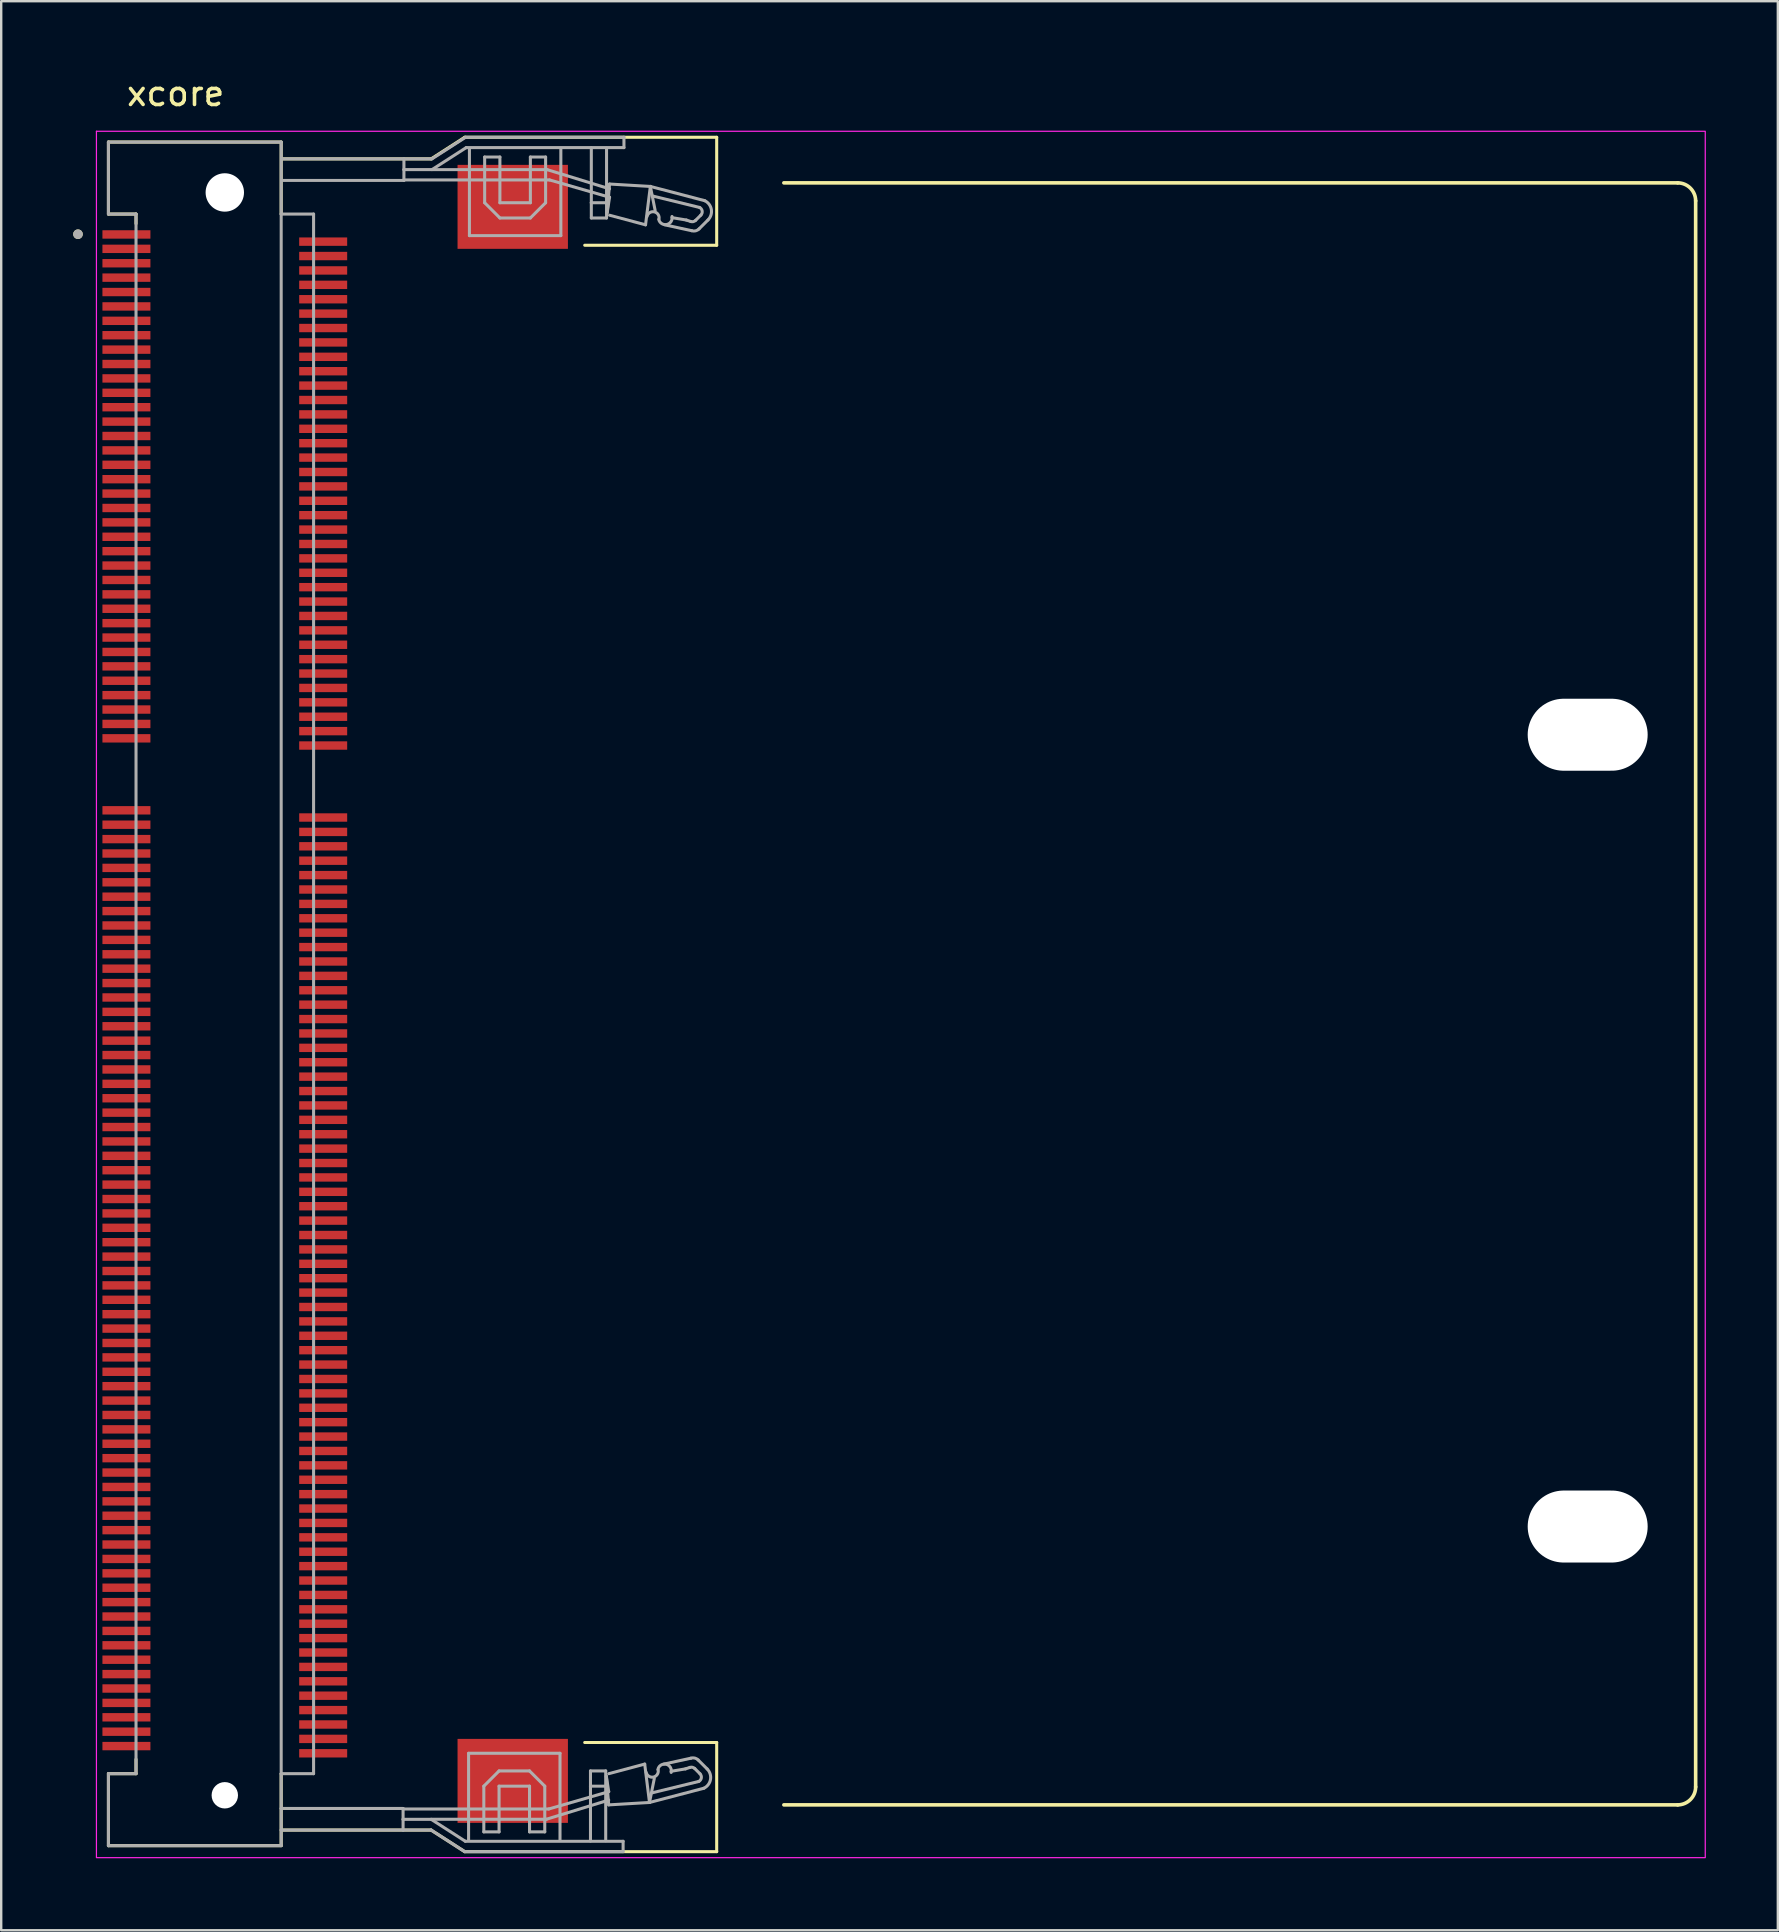
<source format=kicad_pcb>
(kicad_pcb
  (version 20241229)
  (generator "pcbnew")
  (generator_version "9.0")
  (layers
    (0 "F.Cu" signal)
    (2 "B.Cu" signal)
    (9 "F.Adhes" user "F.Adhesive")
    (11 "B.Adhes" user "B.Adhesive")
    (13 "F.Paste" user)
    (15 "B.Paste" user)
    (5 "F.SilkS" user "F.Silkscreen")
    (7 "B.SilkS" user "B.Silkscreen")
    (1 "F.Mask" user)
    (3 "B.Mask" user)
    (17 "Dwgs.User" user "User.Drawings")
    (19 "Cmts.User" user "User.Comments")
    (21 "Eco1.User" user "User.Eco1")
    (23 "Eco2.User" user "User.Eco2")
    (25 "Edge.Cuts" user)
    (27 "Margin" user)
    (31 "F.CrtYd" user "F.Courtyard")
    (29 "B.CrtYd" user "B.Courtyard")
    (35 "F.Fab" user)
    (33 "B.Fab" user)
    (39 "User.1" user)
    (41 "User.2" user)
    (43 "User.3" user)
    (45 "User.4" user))
  (footprint "xcore"
    (layer "F.Cu")
    (at 6.319 38.371)
    (property "Reference" "xcore" (at -2.049 -37.523 0) (layer "F.SilkS") (effects (font (size 1 1) (thickness 0.15))))
    (attr smd)
    (fp_line (start -4.85 -35.5) (end -4.85 -32.5) (stroke (width 0.127) (type solid)) (layer "F.SilkS"))
    (fp_line (start -4.85 -32.5) (end -3.7 -32.5) (stroke (width 0.127) (type solid)) (layer "F.SilkS"))
    (fp_line (start -4.85 32.5) (end -4.85 35.5) (stroke (width 0.127) (type solid)) (layer "F.SilkS"))
    (fp_line (start -4.85 35.5) (end 2.35 35.5) (stroke (width 0.127) (type solid)) (layer "F.SilkS"))
    (fp_line (start -3.7 -32.5) (end -3.7 -32.1) (stroke (width 0.127) (type solid)) (layer "F.SilkS"))
    (fp_line (start -3.7 31.9) (end -3.7 32.5) (stroke (width 0.127) (type solid)) (layer "F.SilkS"))
    (fp_line (start -3.7 32.5) (end -4.85 32.5) (stroke (width 0.127) (type solid)) (layer "F.SilkS"))
    (fp_line (start 2.35 -35.5) (end -4.85 -35.5) (stroke (width 0.127) (type solid)) (layer "F.SilkS"))
    (fp_line (start 2.35 -32.5) (end 2.35 -35.5) (stroke (width 0.127) (type solid)) (layer "F.SilkS"))
    (fp_line (start 2.35 35.5) (end 2.35 32.5) (stroke (width 0.127) (type solid)) (layer "F.SilkS"))
    (fp_line (start 2.4 -34.8) (end 8.6 -34.8) (stroke (width 0.127) (type solid)) (layer "F.SilkS"))
    (fp_line (start 2.4 34.85) (end 8.6 34.85) (stroke (width 0.127) (type solid)) (layer "F.SilkS"))
    (fp_line (start 8.6 -34.8) (end 10 -35.7) (stroke (width 0.127) (type solid)) (layer "F.SilkS"))
    (fp_line (start 8.6 34.85) (end 10 35.75) (stroke (width 0.127) (type solid)) (layer "F.SilkS"))
    (fp_line (start 10 -35.7) (end 20.5 -35.7) (stroke (width 0.127) (type solid)) (layer "F.SilkS"))
    (fp_line (start 10 35.75) (end 20.5 35.75) (stroke (width 0.127) (type solid)) (layer "F.SilkS"))
    (fp_line (start 20.5 -35.7) (end 20.5 -31.2) (stroke (width 0.127) (type solid)) (layer "F.SilkS"))
    (fp_line (start 20.5 -31.2) (end 15 -31.2) (stroke (width 0.127) (type solid)) (layer "F.SilkS"))
    (fp_line (start 20.5 31.2) (end 15 31.2) (stroke (width 0.127) (type solid)) (layer "F.SilkS"))
    (fp_line (start 20.5 35.75) (end 20.5 31.2) (stroke (width 0.127) (type solid)) (layer "F.SilkS"))
    (fp_line (start 23.3 33.8) (end 60.55 33.8) (stroke (width 0.15) (type solid)) (layer "F.SilkS"))
    (fp_line (start 60.55 -33.8) (end 23.3 -33.8) (stroke (width 0.15) (type solid)) (layer "F.SilkS"))
    (fp_line (start 61.3 33.05) (end 61.3 -33.05) (stroke (width 0.15) (type solid)) (layer "F.SilkS"))
    (fp_arc (start 60.55 -33.8) (mid 61.079867 -33.580793) (end 61.299999 -33.051309) (stroke (width 0.15) (type solid)) (layer "F.SilkS"))
    (fp_arc (start 61.3 33.05) (mid 61.08033 33.58033) (end 60.55 33.8) (stroke (width 0.15) (type solid)) (layer "F.SilkS"))
    (fp_circle (center -6.119 -31.66) (end -6.019 -31.66) (stroke (width 0.2) (type solid)) (fill no) (layer "F.SilkS"))
    (fp_line (start -5.35 -35.95) (end -5.35 -35.951) (stroke (width 0.05) (type solid)) (layer "F.CrtYd"))
    (fp_rect (start -5.35 -35.951) (end 61.7 36) (stroke (width 0.05) (type default)) (fill no) (layer "F.CrtYd"))
    (fp_line (start -4.85 -35.5) (end -4.85 -32.5) (stroke (width 0.127) (type solid)) (layer "F.Fab"))
    (fp_line (start -4.85 -32.5) (end -3.7 -32.5) (stroke (width 0.127) (type solid)) (layer "F.Fab"))
    (fp_line (start -4.85 32.5) (end -4.85 35.5) (stroke (width 0.127) (type solid)) (layer "F.Fab"))
    (fp_line (start -4.85 35.5) (end 2.35 35.5) (stroke (width 0.127) (type solid)) (layer "F.Fab"))
    (fp_line (start -3.7 -32.5) (end -3.7 32.5) (stroke (width 0.127) (type solid)) (layer "F.Fab"))
    (fp_line (start -3.7 32.5) (end -4.85 32.5) (stroke (width 0.127) (type solid)) (layer "F.Fab"))
    (fp_line (start 2.35 -35.5) (end -4.85 -35.5) (stroke (width 0.127) (type solid)) (layer "F.Fab"))
    (fp_line (start 2.35 -32.5) (end 2.35 -35.5) (stroke (width 0.127) (type solid)) (layer "F.Fab"))
    (fp_line (start 2.35 -32.5) (end 3.7 -32.5) (stroke (width 0.127) (type solid)) (layer "F.Fab"))
    (fp_line (start 2.35 32.5) (end 2.35 -32.5) (stroke (width 0.127) (type solid)) (layer "F.Fab"))
    (fp_line (start 2.35 33.95) (end 2.35 32.5) (stroke (width 0.127) (type solid)) (layer "F.Fab"))
    (fp_line (start 2.35 33.95) (end 7.43 33.95) (stroke (width 0.127) (type solid)) (layer "F.Fab"))
    (fp_line (start 2.35 34.85) (end 2.35 33.95) (stroke (width 0.127) (type solid)) (layer "F.Fab"))
    (fp_line (start 2.35 34.85) (end 7.43 34.85) (stroke (width 0.127) (type solid)) (layer "F.Fab"))
    (fp_line (start 2.35 35.5) (end 2.35 34.85) (stroke (width 0.127) (type solid)) (layer "F.Fab"))
    (fp_line (start 2.385 -34.801) (end 7.465 -34.801) (stroke (width 0.127) (type solid)) (layer "F.Fab"))
    (fp_line (start 2.385 -33.901) (end 7.465 -33.901) (stroke (width 0.127) (type solid)) (layer "F.Fab"))
    (fp_line (start 3.7 -32.5) (end 3.7 32.5) (stroke (width 0.127) (type solid)) (layer "F.Fab"))
    (fp_line (start 3.7 32.5) (end 2.35 32.5) (stroke (width 0.127) (type solid)) (layer "F.Fab"))
    (fp_line (start 7.42 33.971) (end 13.5 33.971) (stroke (width 0.127) (type solid)) (layer "F.Fab"))
    (fp_line (start 7.43 34.402) (end 7.43 33.95) (stroke (width 0.127) (type solid)) (layer "F.Fab"))
    (fp_line (start 7.43 34.402) (end 8.6 34.402) (stroke (width 0.127) (type solid)) (layer "F.Fab"))
    (fp_line (start 7.43 34.85) (end 7.43 34.402) (stroke (width 0.127) (type solid)) (layer "F.Fab"))
    (fp_line (start 7.43 34.85) (end 8.6 34.85) (stroke (width 0.127) (type solid)) (layer "F.Fab"))
    (fp_line (start 7.455 -33.922) (end 13.535 -33.922) (stroke (width 0.127) (type solid)) (layer "F.Fab"))
    (fp_line (start 7.465 -34.801) (end 7.465 -34.353) (stroke (width 0.127) (type solid)) (layer "F.Fab"))
    (fp_line (start 7.465 -34.801) (end 8.635 -34.801) (stroke (width 0.127) (type solid)) (layer "F.Fab"))
    (fp_line (start 7.465 -34.353) (end 7.465 -33.901) (stroke (width 0.127) (type solid)) (layer "F.Fab"))
    (fp_line (start 7.465 -34.353) (end 8.635 -34.353) (stroke (width 0.127) (type solid)) (layer "F.Fab"))
    (fp_line (start 8.6 34.4) (end 13.4 34.4) (stroke (width 0.127) (type solid)) (layer "F.Fab"))
    (fp_line (start 8.6 34.85) (end 10 35.75) (stroke (width 0.127) (type solid)) (layer "F.Fab"))
    (fp_line (start 8.625 34.418) (end 10.025 35.318) (stroke (width 0.127) (type solid)) (layer "F.Fab"))
    (fp_line (start 8.635 -34.801) (end 10.035 -35.701) (stroke (width 0.127) (type solid)) (layer "F.Fab"))
    (fp_line (start 8.635 -34.351) (end 13.435 -34.351) (stroke (width 0.127) (type solid)) (layer "F.Fab"))
    (fp_line (start 8.66 -34.369) (end 10.06 -35.269) (stroke (width 0.127) (type solid)) (layer "F.Fab"))
    (fp_line (start 10 35.75) (end 16.6 35.75) (stroke (width 0.127) (type solid)) (layer "F.Fab"))
    (fp_line (start 10.025 35.318) (end 16.6 35.318) (stroke (width 0.127) (type solid)) (layer "F.Fab"))
    (fp_line (start 10.035 -35.701) (end 16.635 -35.701) (stroke (width 0.127) (type solid)) (layer "F.Fab"))
    (fp_line (start 10.06 -35.269) (end 16.635 -35.269) (stroke (width 0.127) (type solid)) (layer "F.Fab"))
    (fp_line (start 10.16 31.65) (end 13.97 31.65) (stroke (width 0.127) (type solid)) (layer "F.Fab"))
    (fp_line (start 10.16 35.267) (end 10.16 31.65) (stroke (width 0.127) (type solid)) (layer "F.Fab"))
    (fp_line (start 10.195 -35.218) (end 10.195 -31.601) (stroke (width 0.127) (type solid)) (layer "F.Fab"))
    (fp_line (start 10.195 -31.601) (end 14.005 -31.601) (stroke (width 0.127) (type solid)) (layer "F.Fab"))
    (fp_line (start 10.795 33.02) (end 11.43 32.385) (stroke (width 0.127) (type solid)) (layer "F.Fab"))
    (fp_line (start 10.795 34.925) (end 10.795 33.02) (stroke (width 0.127) (type solid)) (layer "F.Fab"))
    (fp_line (start 10.83 -34.876) (end 10.83 -32.971) (stroke (width 0.127) (type solid)) (layer "F.Fab"))
    (fp_line (start 10.83 -32.971) (end 11.465 -32.336) (stroke (width 0.127) (type solid)) (layer "F.Fab"))
    (fp_line (start 11.43 32.385) (end 12.7 32.385) (stroke (width 0.127) (type solid)) (layer "F.Fab"))
    (fp_line (start 11.43 33.02) (end 11.43 34.925) (stroke (width 0.127) (type solid)) (layer "F.Fab"))
    (fp_line (start 11.43 34.925) (end 10.795 34.925) (stroke (width 0.127) (type solid)) (layer "F.Fab"))
    (fp_line (start 11.465 -34.876) (end 10.83 -34.876) (stroke (width 0.127) (type solid)) (layer "F.Fab"))
    (fp_line (start 11.465 -32.971) (end 11.465 -34.876) (stroke (width 0.127) (type solid)) (layer "F.Fab"))
    (fp_line (start 11.465 -32.336) (end 12.735 -32.336) (stroke (width 0.127) (type solid)) (layer "F.Fab"))
    (fp_line (start 12.7 32.385) (end 13.335 33.02) (stroke (width 0.127) (type solid)) (layer "F.Fab"))
    (fp_line (start 12.7 33.02) (end 11.43 33.02) (stroke (width 0.127) (type solid)) (layer "F.Fab"))
    (fp_line (start 12.7 34.925) (end 12.7 33.02) (stroke (width 0.127) (type solid)) (layer "F.Fab"))
    (fp_line (start 12.735 -34.876) (end 12.735 -32.971) (stroke (width 0.127) (type solid)) (layer "F.Fab"))
    (fp_line (start 12.735 -32.971) (end 11.465 -32.971) (stroke (width 0.127) (type solid)) (layer "F.Fab"))
    (fp_line (start 12.735 -32.336) (end 13.37 -32.971) (stroke (width 0.127) (type solid)) (layer "F.Fab"))
    (fp_line (start 13.335 33.02) (end 13.335 34.925) (stroke (width 0.127) (type solid)) (layer "F.Fab"))
    (fp_line (start 13.335 34.925) (end 12.7 34.925) (stroke (width 0.127) (type solid)) (layer "F.Fab"))
    (fp_line (start 13.37 -34.876) (end 12.735 -34.876) (stroke (width 0.127) (type solid)) (layer "F.Fab"))
    (fp_line (start 13.37 -32.971) (end 13.37 -34.876) (stroke (width 0.127) (type solid)) (layer "F.Fab"))
    (fp_line (start 13.4 34.4) (end 16 33.6) (stroke (width 0.127) (type solid)) (layer "F.Fab"))
    (fp_line (start 13.435 -34.351) (end 16.035 -33.551) (stroke (width 0.127) (type solid)) (layer "F.Fab"))
    (fp_line (start 13.5 33.971) (end 16 33.25) (stroke (width 0.127) (type solid)) (layer "F.Fab"))
    (fp_line (start 13.535 -33.922) (end 16.035 -33.201) (stroke (width 0.127) (type solid)) (layer "F.Fab"))
    (fp_line (start 13.97 31.65) (end 13.97 35.255) (stroke (width 0.127) (type solid)) (layer "F.Fab"))
    (fp_line (start 14.005 -31.601) (end 14.005 -35.206) (stroke (width 0.127) (type solid)) (layer "F.Fab"))
    (fp_line (start 15.24 32.385) (end 15.875 32.385) (stroke (width 0.127) (type solid)) (layer "F.Fab"))
    (fp_line (start 15.24 33.02) (end 15.24 32.385) (stroke (width 0.127) (type solid)) (layer "F.Fab"))
    (fp_line (start 15.24 33.02) (end 15.875 33.02) (stroke (width 0.127) (type solid)) (layer "F.Fab"))
    (fp_line (start 15.24 35.306) (end 15.24 33.02) (stroke (width 0.127) (type solid)) (layer "F.Fab"))
    (fp_line (start 15.275 -35.257) (end 15.275 -32.971) (stroke (width 0.127) (type solid)) (layer "F.Fab"))
    (fp_line (start 15.275 -32.971) (end 15.275 -32.336) (stroke (width 0.127) (type solid)) (layer "F.Fab"))
    (fp_line (start 15.275 -32.971) (end 15.91 -32.971) (stroke (width 0.127) (type solid)) (layer "F.Fab"))
    (fp_line (start 15.275 -32.336) (end 15.91 -32.336) (stroke (width 0.127) (type solid)) (layer "F.Fab"))
    (fp_line (start 15.875 32.385) (end 15.875 33.02) (stroke (width 0.127) (type solid)) (layer "F.Fab"))
    (fp_line (start 15.875 33.02) (end 15.875 35.293) (stroke (width 0.127) (type solid)) (layer "F.Fab"))
    (fp_line (start 15.9 32.6) (end 16 33.8) (stroke (width 0.127) (type solid)) (layer "F.Fab"))
    (fp_line (start 15.91 -32.971) (end 15.91 -35.244) (stroke (width 0.127) (type solid)) (layer "F.Fab"))
    (fp_line (start 15.91 -32.336) (end 15.91 -32.971) (stroke (width 0.127) (type solid)) (layer "F.Fab"))
    (fp_line (start 15.935 -32.551) (end 16.035 -33.751) (stroke (width 0.127) (type solid)) (layer "F.Fab"))
    (fp_line (start 16 33.25) (end 15.9 32.6) (stroke (width 0.127) (type solid)) (layer "F.Fab"))
    (fp_line (start 16 33.8) (end 17.7 33.7) (stroke (width 0.127) (type solid)) (layer "F.Fab"))
    (fp_line (start 16.035 -33.751) (end 17.735 -33.651) (stroke (width 0.127) (type solid)) (layer "F.Fab"))
    (fp_line (start 16.035 -33.201) (end 15.935 -32.551) (stroke (width 0.127) (type solid)) (layer "F.Fab"))
    (fp_line (start 16.6 35.318) (end 16.6 35.75) (stroke (width 0.127) (type solid)) (layer "F.Fab"))
    (fp_line (start 16.635 -35.269) (end 16.635 -35.701) (stroke (width 0.127) (type solid)) (layer "F.Fab"))
    (fp_line (start 17.5 32.1) (end 16 32.5) (stroke (width 0.127) (type solid)) (layer "F.Fab"))
    (fp_line (start 17.535 -32.051) (end 16.035 -32.451) (stroke (width 0.127) (type solid)) (layer "F.Fab"))
    (fp_line (start 17.7 33.7) (end 17.5 32.1) (stroke (width 0.127) (type solid)) (layer "F.Fab"))
    (fp_line (start 17.7 33.7) (end 17.9 32.7) (stroke (width 0.127) (type solid)) (layer "F.Fab"))
    (fp_line (start 17.7 33.7) (end 19.967 33.106) (stroke (width 0.127) (type solid)) (layer "F.Fab"))
    (fp_line (start 17.735 -33.651) (end 17.535 -32.051) (stroke (width 0.127) (type solid)) (layer "F.Fab"))
    (fp_line (start 17.735 -33.651) (end 17.935 -32.651) (stroke (width 0.127) (type solid)) (layer "F.Fab"))
    (fp_line (start 17.735 -33.651) (end 20.002 -33.057) (stroke (width 0.127) (type solid)) (layer "F.Fab"))
    (fp_line (start 17.8 33.3) (end 19.752 32.824) (stroke (width 0.127) (type solid)) (layer "F.Fab"))
    (fp_line (start 17.835 -33.251) (end 19.787 -32.775) (stroke (width 0.127) (type solid)) (layer "F.Fab"))
    (fp_line (start 18.6 32.4) (end 19.2 32.3) (stroke (width 0.127) (type solid)) (layer "F.Fab"))
    (fp_line (start 18.635 -32.351) (end 19.235 -32.251) (stroke (width 0.127) (type solid)) (layer "F.Fab"))
    (fp_line (start 19.383 32.239) (end 19.2 32.3) (stroke (width 0.127) (type solid)) (layer "F.Fab"))
    (fp_line (start 19.418 -32.19) (end 19.235 -32.251) (stroke (width 0.127) (type solid)) (layer "F.Fab"))
    (fp_line (start 19.427 31.854) (end 18.3 32.1) (stroke (width 0.127) (type solid)) (layer "F.Fab"))
    (fp_line (start 19.462 -31.805) (end 18.335 -32.051) (stroke (width 0.127) (type solid)) (layer "F.Fab"))
    (fp_line (start 19.804 32.504) (end 19.587 32.287) (stroke (width 0.127) (type solid)) (layer "F.Fab"))
    (fp_line (start 19.839 -32.455) (end 19.622 -32.238) (stroke (width 0.127) (type solid)) (layer "F.Fab"))
    (fp_line (start 20.103 32.303) (end 19.728 31.928) (stroke (width 0.127) (type solid)) (layer "F.Fab"))
    (fp_line (start 20.138 -32.254) (end 19.763 -31.879) (stroke (width 0.127) (type solid)) (layer "F.Fab"))
    (fp_arc (start 17.5966 -32.3972) (mid 17.8966 -32.5972) (end 18.0966 -32.2972) (stroke (width 0.127) (type solid)) (layer "F.Fab"))
    (fp_arc (start 18.0492 32.3254) (mid 18.3873 32.1095) (end 18.6032 32.4476) (stroke (width 0.127) (type solid)) (layer "F.Fab"))
    (fp_arc (start 18.0616 32.3462) (mid 17.8616 32.6462) (end 17.5616 32.4462) (stroke (width 0.127) (type solid)) (layer "F.Fab"))
    (fp_arc (start 18.6382 -32.3986) (mid 18.4223 -32.0605) (end 18.0842 -32.2764) (stroke (width 0.127) (type solid)) (layer "F.Fab"))
    (fp_arc (start 19.3827 32.2391) (mid 19.49191 32.234175) (end 19.5874 32.2874) (stroke (width 0.127) (type solid)) (layer "F.Fab"))
    (fp_arc (start 19.4267 31.8541) (mid 19.587915 31.849164) (end 19.7284 31.9284) (stroke (width 0.127) (type solid)) (layer "F.Fab"))
    (fp_arc (start 19.6224 -32.2384) (mid 19.52691 -32.185175) (end 19.4177 -32.1901) (stroke (width 0.127) (type solid)) (layer "F.Fab"))
    (fp_arc (start 19.7634 -31.8794) (mid 19.622914 -31.800164) (end 19.4617 -31.8051) (stroke (width 0.127) (type solid)) (layer "F.Fab"))
    (fp_arc (start 19.7868 -32.775099) (mid 19.894783 -32.628259) (end 19.8388 -32.4548) (stroke (width 0.127) (type solid)) (layer "F.Fab"))
    (fp_arc (start 19.8038 32.5038) (mid 19.859784 32.67726) (end 19.7518 32.824099) (stroke (width 0.127) (type solid)) (layer "F.Fab"))
    (fp_arc (start 20.0019 -33.057299) (mid 20.277137 -32.690537) (end 20.1377 -32.2537) (stroke (width 0.127) (type solid)) (layer "F.Fab"))
    (fp_arc (start 20.1027 32.3027) (mid 20.242138 32.739538) (end 19.9669 33.106299) (stroke (width 0.127) (type solid)) (layer "F.Fab"))
    (fp_circle (center -6.119 -31.66) (end -6.019 -31.66) (stroke (width 0.2) (type solid)) (fill no) (layer "F.Fab"))
    (pad "" np_thru_hole circle (at 0 -33.4) (size 1.6 1.6) (drill 1.6) (layers "*.Cu" "*.Mask"))
    (pad "" np_thru_hole circle (at 0 33.4) (size 1.1 1.1) (drill 1.1) (layers "*.Cu" "*.Mask"))
    (pad "" np_thru_hole oval (at 56.8 -10.8 270) (size 3 5) (drill oval 3 5) (layers "*.Cu" "*.Mask"))
    (pad "" np_thru_hole oval (at 56.8 22.2 270) (size 3 5) (drill oval 3 5) (layers "*.Cu" "*.Mask"))
    (pad "1" smd rect (at -4.1 -31.65) (size 2 0.35) (layers "F.Cu" "F.Mask" "F.Paste"))
    (pad "2" smd rect (at 4.1 -31.35) (size 2 0.35) (layers "F.Cu" "F.Mask" "F.Paste"))
    (pad "3" smd rect (at -4.1 -31.05) (size 2 0.35) (layers "F.Cu" "F.Mask" "F.Paste"))
    (pad "4" smd rect (at 4.1 -30.75) (size 2 0.35) (layers "F.Cu" "F.Mask" "F.Paste"))
    (pad "5" smd rect (at -4.1 -30.45) (size 2 0.35) (layers "F.Cu" "F.Mask" "F.Paste"))
    (pad "6" smd rect (at 4.1 -30.15) (size 2 0.35) (layers "F.Cu" "F.Mask" "F.Paste"))
    (pad "7" smd rect (at -4.1 -29.85) (size 2 0.35) (layers "F.Cu" "F.Mask" "F.Paste"))
    (pad "8" smd rect (at 4.1 -29.55) (size 2 0.35) (layers "F.Cu" "F.Mask" "F.Paste"))
    (pad "9" smd rect (at -4.1 -29.25) (size 2 0.35) (layers "F.Cu" "F.Mask" "F.Paste"))
    (pad "10" smd rect (at 4.1 -28.95) (size 2 0.35) (layers "F.Cu" "F.Mask" "F.Paste"))
    (pad "11" smd rect (at -4.1 -28.65) (size 2 0.35) (layers "F.Cu" "F.Mask" "F.Paste"))
    (pad "12" smd rect (at 4.1 -28.35) (size 2 0.35) (layers "F.Cu" "F.Mask" "F.Paste"))
    (pad "13" smd rect (at -4.1 -28.05) (size 2 0.35) (layers "F.Cu" "F.Mask" "F.Paste"))
    (pad "14" smd rect (at 4.1 -27.75) (size 2 0.35) (layers "F.Cu" "F.Mask" "F.Paste"))
    (pad "15" smd rect (at -4.1 -27.45) (size 2 0.35) (layers "F.Cu" "F.Mask" "F.Paste"))
    (pad "16" smd rect (at 4.1 -27.15) (size 2 0.35) (layers "F.Cu" "F.Mask" "F.Paste"))
    (pad "17" smd rect (at -4.1 -26.85) (size 2 0.35) (layers "F.Cu" "F.Mask" "F.Paste"))
    (pad "18" smd rect (at 4.1 -26.55) (size 2 0.35) (layers "F.Cu" "F.Mask" "F.Paste"))
    (pad "19" smd rect (at -4.1 -26.25) (size 2 0.35) (layers "F.Cu" "F.Mask" "F.Paste"))
    (pad "20" smd rect (at 4.1 -25.95) (size 2 0.35) (layers "F.Cu" "F.Mask" "F.Paste"))
    (pad "21" smd rect (at -4.1 -25.65) (size 2 0.35) (layers "F.Cu" "F.Mask" "F.Paste"))
    (pad "22" smd rect (at 4.1 -25.35) (size 2 0.35) (layers "F.Cu" "F.Mask" "F.Paste"))
    (pad "23" smd rect (at -4.1 -25.05) (size 2 0.35) (layers "F.Cu" "F.Mask" "F.Paste"))
    (pad "24" smd rect (at 4.1 -24.75) (size 2 0.35) (layers "F.Cu" "F.Mask" "F.Paste"))
    (pad "25" smd rect (at -4.1 -24.45) (size 2 0.35) (layers "F.Cu" "F.Mask" "F.Paste"))
    (pad "26" smd rect (at 4.1 -24.15) (size 2 0.35) (layers "F.Cu" "F.Mask" "F.Paste"))
    (pad "27" smd rect (at -4.1 -23.85) (size 2 0.35) (layers "F.Cu" "F.Mask" "F.Paste"))
    (pad "28" smd rect (at 4.1 -23.55) (size 2 0.35) (layers "F.Cu" "F.Mask" "F.Paste"))
    (pad "29" smd rect (at -4.1 -23.25) (size 2 0.35) (layers "F.Cu" "F.Mask" "F.Paste"))
    (pad "30" smd rect (at 4.1 -22.95) (size 2 0.35) (layers "F.Cu" "F.Mask" "F.Paste"))
    (pad "31" smd rect (at -4.1 -22.65) (size 2 0.35) (layers "F.Cu" "F.Mask" "F.Paste"))
    (pad "32" smd rect (at 4.1 -22.35) (size 2 0.35) (layers "F.Cu" "F.Mask" "F.Paste"))
    (pad "33" smd rect (at -4.1 -22.05) (size 2 0.35) (layers "F.Cu" "F.Mask" "F.Paste"))
    (pad "34" smd rect (at 4.1 -21.75) (size 2 0.35) (layers "F.Cu" "F.Mask" "F.Paste"))
    (pad "35" smd rect (at -4.1 -21.45) (size 2 0.35) (layers "F.Cu" "F.Mask" "F.Paste"))
    (pad "36" smd rect (at 4.1 -21.15) (size 2 0.35) (layers "F.Cu" "F.Mask" "F.Paste"))
    (pad "37" smd rect (at -4.1 -20.85) (size 2 0.35) (layers "F.Cu" "F.Mask" "F.Paste"))
    (pad "38" smd rect (at 4.1 -20.55) (size 2 0.35) (layers "F.Cu" "F.Mask" "F.Paste"))
    (pad "39" smd rect (at -4.1 -20.25) (size 2 0.35) (layers "F.Cu" "F.Mask" "F.Paste"))
    (pad "40" smd rect (at 4.1 -19.95) (size 2 0.35) (layers "F.Cu" "F.Mask" "F.Paste"))
    (pad "41" smd rect (at -4.1 -19.65) (size 2 0.35) (layers "F.Cu" "F.Mask" "F.Paste"))
    (pad "42" smd rect (at 4.1 -19.35) (size 2 0.35) (layers "F.Cu" "F.Mask" "F.Paste"))
    (pad "43" smd rect (at -4.1 -19.05) (size 2 0.35) (layers "F.Cu" "F.Mask" "F.Paste"))
    (pad "44" smd rect (at 4.1 -18.75) (size 2 0.35) (layers "F.Cu" "F.Mask" "F.Paste"))
    (pad "45" smd rect (at -4.1 -18.45) (size 2 0.35) (layers "F.Cu" "F.Mask" "F.Paste"))
    (pad "46" smd rect (at 4.1 -18.15) (size 2 0.35) (layers "F.Cu" "F.Mask" "F.Paste"))
    (pad "47" smd rect (at -4.1 -17.85) (size 2 0.35) (layers "F.Cu" "F.Mask" "F.Paste"))
    (pad "48" smd rect (at 4.1 -17.55) (size 2 0.35) (layers "F.Cu" "F.Mask" "F.Paste"))
    (pad "49" smd rect (at -4.1 -17.25) (size 2 0.35) (layers "F.Cu" "F.Mask" "F.Paste"))
    (pad "50" smd rect (at 4.1 -16.95) (size 2 0.35) (layers "F.Cu" "F.Mask" "F.Paste"))
    (pad "51" smd rect (at -4.1 -16.65) (size 2 0.35) (layers "F.Cu" "F.Mask" "F.Paste"))
    (pad "52" smd rect (at 4.1 -16.35) (size 2 0.35) (layers "F.Cu" "F.Mask" "F.Paste"))
    (pad "53" smd rect (at -4.1 -16.05) (size 2 0.35) (layers "F.Cu" "F.Mask" "F.Paste"))
    (pad "54" smd rect (at 4.1 -15.75) (size 2 0.35) (layers "F.Cu" "F.Mask" "F.Paste"))
    (pad "55" smd rect (at -4.1 -15.45) (size 2 0.35) (layers "F.Cu" "F.Mask" "F.Paste"))
    (pad "56" smd rect (at 4.1 -15.15) (size 2 0.35) (layers "F.Cu" "F.Mask" "F.Paste"))
    (pad "57" smd rect (at -4.1 -14.85) (size 2 0.35) (layers "F.Cu" "F.Mask" "F.Paste"))
    (pad "58" smd rect (at 4.1 -14.55) (size 2 0.35) (layers "F.Cu" "F.Mask" "F.Paste"))
    (pad "59" smd rect (at -4.1 -14.25) (size 2 0.35) (layers "F.Cu" "F.Mask" "F.Paste"))
    (pad "60" smd rect (at 4.1 -13.95) (size 2 0.35) (layers "F.Cu" "F.Mask" "F.Paste"))
    (pad "61" smd rect (at -4.1 -13.65) (size 2 0.35) (layers "F.Cu" "F.Mask" "F.Paste"))
    (pad "62" smd rect (at 4.1 -13.35) (size 2 0.35) (layers "F.Cu" "F.Mask" "F.Paste"))
    (pad "63" smd rect (at -4.1 -13.05) (size 2 0.35) (layers "F.Cu" "F.Mask" "F.Paste"))
    (pad "64" smd rect (at 4.1 -12.75) (size 2 0.35) (layers "F.Cu" "F.Mask" "F.Paste"))
    (pad "65" smd rect (at -4.1 -12.45) (size 2 0.35) (layers "F.Cu" "F.Mask" "F.Paste"))
    (pad "66" smd rect (at 4.1 -12.15) (size 2 0.35) (layers "F.Cu" "F.Mask" "F.Paste"))
    (pad "67" smd rect (at -4.1 -11.85) (size 2 0.35) (layers "F.Cu" "F.Mask" "F.Paste"))
    (pad "68" smd rect (at 4.1 -11.55) (size 2 0.35) (layers "F.Cu" "F.Mask" "F.Paste"))
    (pad "69" smd rect (at -4.1 -11.25) (size 2 0.35) (layers "F.Cu" "F.Mask" "F.Paste"))
    (pad "70" smd rect (at 4.1 -10.95) (size 2 0.35) (layers "F.Cu" "F.Mask" "F.Paste"))
    (pad "71" smd rect (at -4.1 -10.65) (size 2 0.35) (layers "F.Cu" "F.Mask" "F.Paste"))
    (pad "72" smd rect (at 4.1 -10.35) (size 2 0.35) (layers "F.Cu" "F.Mask" "F.Paste"))
    (pad "73" smd rect (at -4.1 -7.65) (size 2 0.35) (layers "F.Cu" "F.Mask" "F.Paste"))
    (pad "74" smd rect (at 4.1 -7.35) (size 2 0.35) (layers "F.Cu" "F.Mask" "F.Paste"))
    (pad "75" smd rect (at -4.1 -7.05) (size 2 0.35) (layers "F.Cu" "F.Mask" "F.Paste"))
    (pad "76" smd rect (at 4.1 -6.75) (size 2 0.35) (layers "F.Cu" "F.Mask" "F.Paste"))
    (pad "77" smd rect (at -4.1 -6.45) (size 2 0.35) (layers "F.Cu" "F.Mask" "F.Paste"))
    (pad "78" smd rect (at 4.1 -6.15) (size 2 0.35) (layers "F.Cu" "F.Mask" "F.Paste"))
    (pad "79" smd rect (at -4.1 -5.85) (size 2 0.35) (layers "F.Cu" "F.Mask" "F.Paste"))
    (pad "80" smd rect (at 4.1 -5.55) (size 2 0.35) (layers "F.Cu" "F.Mask" "F.Paste"))
    (pad "81" smd rect (at -4.1 -5.25) (size 2 0.35) (layers "F.Cu" "F.Mask" "F.Paste"))
    (pad "82" smd rect (at 4.1 -4.95) (size 2 0.35) (layers "F.Cu" "F.Mask" "F.Paste"))
    (pad "83" smd rect (at -4.1 -4.65) (size 2 0.35) (layers "F.Cu" "F.Mask" "F.Paste"))
    (pad "84" smd rect (at 4.1 -4.35) (size 2 0.35) (layers "F.Cu" "F.Mask" "F.Paste"))
    (pad "85" smd rect (at -4.1 -4.05) (size 2 0.35) (layers "F.Cu" "F.Mask" "F.Paste"))
    (pad "86" smd rect (at 4.1 -3.75) (size 2 0.35) (layers "F.Cu" "F.Mask" "F.Paste"))
    (pad "87" smd rect (at -4.1 -3.45) (size 2 0.35) (layers "F.Cu" "F.Mask" "F.Paste"))
    (pad "88" smd rect (at 4.1 -3.15) (size 2 0.35) (layers "F.Cu" "F.Mask" "F.Paste"))
    (pad "89" smd rect (at -4.1 -2.85) (size 2 0.35) (layers "F.Cu" "F.Mask" "F.Paste"))
    (pad "90" smd rect (at 4.1 -2.55) (size 2 0.35) (layers "F.Cu" "F.Mask" "F.Paste"))
    (pad "91" smd rect (at -4.1 -2.25) (size 2 0.35) (layers "F.Cu" "F.Mask" "F.Paste"))
    (pad "92" smd rect (at 4.1 -1.95) (size 2 0.35) (layers "F.Cu" "F.Mask" "F.Paste"))
    (pad "93" smd rect (at -4.1 -1.65) (size 2 0.35) (layers "F.Cu" "F.Mask" "F.Paste"))
    (pad "94" smd rect (at 4.1 -1.35) (size 2 0.35) (layers "F.Cu" "F.Mask" "F.Paste"))
    (pad "95" smd rect (at -4.1 -1.05) (size 2 0.35) (layers "F.Cu" "F.Mask" "F.Paste"))
    (pad "96" smd rect (at 4.1 -0.75) (size 2 0.35) (layers "F.Cu" "F.Mask" "F.Paste"))
    (pad "97" smd rect (at -4.1 -0.45) (size 2 0.35) (layers "F.Cu" "F.Mask" "F.Paste"))
    (pad "98" smd rect (at 4.1 -0.15) (size 2 0.35) (layers "F.Cu" "F.Mask" "F.Paste"))
    (pad "99" smd rect (at -4.1 0.15) (size 2 0.35) (layers "F.Cu" "F.Mask" "F.Paste"))
    (pad "100" smd rect (at 4.1 0.45) (size 2 0.35) (layers "F.Cu" "F.Mask" "F.Paste"))
    (pad "101" smd rect (at -4.1 0.75) (size 2 0.35) (layers "F.Cu" "F.Mask" "F.Paste"))
    (pad "102" smd rect (at 4.1 1.05) (size 2 0.35) (layers "F.Cu" "F.Mask" "F.Paste"))
    (pad "103" smd rect (at -4.1 1.35) (size 2 0.35) (layers "F.Cu" "F.Mask" "F.Paste"))
    (pad "104" smd rect (at 4.1 1.65) (size 2 0.35) (layers "F.Cu" "F.Mask" "F.Paste"))
    (pad "105" smd rect (at -4.1 1.95) (size 2 0.35) (layers "F.Cu" "F.Mask" "F.Paste"))
    (pad "106" smd rect (at 4.1 2.25) (size 2 0.35) (layers "F.Cu" "F.Mask" "F.Paste"))
    (pad "107" smd rect (at -4.1 2.55) (size 2 0.35) (layers "F.Cu" "F.Mask" "F.Paste"))
    (pad "108" smd rect (at 4.1 2.85) (size 2 0.35) (layers "F.Cu" "F.Mask" "F.Paste"))
    (pad "109" smd rect (at -4.1 3.15) (size 2 0.35) (layers "F.Cu" "F.Mask" "F.Paste"))
    (pad "110" smd rect (at 4.1 3.45) (size 2 0.35) (layers "F.Cu" "F.Mask" "F.Paste"))
    (pad "111" smd rect (at -4.1 3.75) (size 2 0.35) (layers "F.Cu" "F.Mask" "F.Paste"))
    (pad "112" smd rect (at 4.1 4.05) (size 2 0.35) (layers "F.Cu" "F.Mask" "F.Paste"))
    (pad "113" smd rect (at -4.1 4.35) (size 2 0.35) (layers "F.Cu" "F.Mask" "F.Paste"))
    (pad "114" smd rect (at 4.1 4.65) (size 2 0.35) (layers "F.Cu" "F.Mask" "F.Paste"))
    (pad "115" smd rect (at -4.1 4.95) (size 2 0.35) (layers "F.Cu" "F.Mask" "F.Paste"))
    (pad "116" smd rect (at 4.1 5.25) (size 2 0.35) (layers "F.Cu" "F.Mask" "F.Paste"))
    (pad "117" smd rect (at -4.1 5.55) (size 2 0.35) (layers "F.Cu" "F.Mask" "F.Paste"))
    (pad "118" smd rect (at 4.1 5.85) (size 2 0.35) (layers "F.Cu" "F.Mask" "F.Paste"))
    (pad "119" smd rect (at -4.1 6.15) (size 2 0.35) (layers "F.Cu" "F.Mask" "F.Paste"))
    (pad "120" smd rect (at 4.1 6.45) (size 2 0.35) (layers "F.Cu" "F.Mask" "F.Paste"))
    (pad "121" smd rect (at -4.1 6.75) (size 2 0.35) (layers "F.Cu" "F.Mask" "F.Paste"))
    (pad "122" smd rect (at 4.1 7.05) (size 2 0.35) (layers "F.Cu" "F.Mask" "F.Paste"))
    (pad "123" smd rect (at -4.1 7.35) (size 2 0.35) (layers "F.Cu" "F.Mask" "F.Paste"))
    (pad "124" smd rect (at 4.1 7.65) (size 2 0.35) (layers "F.Cu" "F.Mask" "F.Paste"))
    (pad "125" smd rect (at -4.1 7.95) (size 2 0.35) (layers "F.Cu" "F.Mask" "F.Paste"))
    (pad "126" smd rect (at 4.1 8.25) (size 2 0.35) (layers "F.Cu" "F.Mask" "F.Paste"))
    (pad "127" smd rect (at -4.1 8.55) (size 2 0.35) (layers "F.Cu" "F.Mask" "F.Paste"))
    (pad "128" smd rect (at 4.1 8.85) (size 2 0.35) (layers "F.Cu" "F.Mask" "F.Paste"))
    (pad "129" smd rect (at -4.1 9.15) (size 2 0.35) (layers "F.Cu" "F.Mask" "F.Paste"))
    (pad "130" smd rect (at 4.1 9.45) (size 2 0.35) (layers "F.Cu" "F.Mask" "F.Paste"))
    (pad "131" smd rect (at -4.1 9.75) (size 2 0.35) (layers "F.Cu" "F.Mask" "F.Paste"))
    (pad "132" smd rect (at 4.1 10.05) (size 2 0.35) (layers "F.Cu" "F.Mask" "F.Paste"))
    (pad "133" smd rect (at -4.1 10.35) (size 2 0.35) (layers "F.Cu" "F.Mask" "F.Paste"))
    (pad "134" smd rect (at 4.1 10.65) (size 2 0.35) (layers "F.Cu" "F.Mask" "F.Paste"))
    (pad "135" smd rect (at -4.1 10.95) (size 2 0.35) (layers "F.Cu" "F.Mask" "F.Paste"))
    (pad "136" smd rect (at 4.1 11.25) (size 2 0.35) (layers "F.Cu" "F.Mask" "F.Paste"))
    (pad "137" smd rect (at -4.1 11.55) (size 2 0.35) (layers "F.Cu" "F.Mask" "F.Paste"))
    (pad "138" smd rect (at 4.1 11.85) (size 2 0.35) (layers "F.Cu" "F.Mask" "F.Paste"))
    (pad "139" smd rect (at -4.1 12.15) (size 2 0.35) (layers "F.Cu" "F.Mask" "F.Paste"))
    (pad "140" smd rect (at 4.1 12.45) (size 2 0.35) (layers "F.Cu" "F.Mask" "F.Paste"))
    (pad "141" smd rect (at -4.1 12.75) (size 2 0.35) (layers "F.Cu" "F.Mask" "F.Paste"))
    (pad "142" smd rect (at 4.1 13.05) (size 2 0.35) (layers "F.Cu" "F.Mask" "F.Paste"))
    (pad "143" smd rect (at -4.1 13.35) (size 2 0.35) (layers "F.Cu" "F.Mask" "F.Paste"))
    (pad "144" smd rect (at 4.1 13.65) (size 2 0.35) (layers "F.Cu" "F.Mask" "F.Paste"))
    (pad "145" smd rect (at -4.1 13.95) (size 2 0.35) (layers "F.Cu" "F.Mask" "F.Paste"))
    (pad "146" smd rect (at 4.1 14.25) (size 2 0.35) (layers "F.Cu" "F.Mask" "F.Paste"))
    (pad "147" smd rect (at -4.1 14.55) (size 2 0.35) (layers "F.Cu" "F.Mask" "F.Paste"))
    (pad "148" smd rect (at 4.1 14.85) (size 2 0.35) (layers "F.Cu" "F.Mask" "F.Paste"))
    (pad "149" smd rect (at -4.1 15.15) (size 2 0.35) (layers "F.Cu" "F.Mask" "F.Paste"))
    (pad "150" smd rect (at 4.1 15.45) (size 2 0.35) (layers "F.Cu" "F.Mask" "F.Paste"))
    (pad "151" smd rect (at -4.1 15.75) (size 2 0.35) (layers "F.Cu" "F.Mask" "F.Paste"))
    (pad "152" smd rect (at 4.1 16.05) (size 2 0.35) (layers "F.Cu" "F.Mask" "F.Paste"))
    (pad "153" smd rect (at -4.1 16.35) (size 2 0.35) (layers "F.Cu" "F.Mask" "F.Paste"))
    (pad "154" smd rect (at 4.1 16.65) (size 2 0.35) (layers "F.Cu" "F.Mask" "F.Paste"))
    (pad "155" smd rect (at -4.1 16.95) (size 2 0.35) (layers "F.Cu" "F.Mask" "F.Paste"))
    (pad "156" smd rect (at 4.1 17.25) (size 2 0.35) (layers "F.Cu" "F.Mask" "F.Paste"))
    (pad "157" smd rect (at -4.1 17.55) (size 2 0.35) (layers "F.Cu" "F.Mask" "F.Paste"))
    (pad "158" smd rect (at 4.1 17.85) (size 2 0.35) (layers "F.Cu" "F.Mask" "F.Paste"))
    (pad "159" smd rect (at -4.1 18.15) (size 2 0.35) (layers "F.Cu" "F.Mask" "F.Paste"))
    (pad "160" smd rect (at 4.1 18.45) (size 2 0.35) (layers "F.Cu" "F.Mask" "F.Paste"))
    (pad "161" smd rect (at -4.1 18.75) (size 2 0.35) (layers "F.Cu" "F.Mask" "F.Paste"))
    (pad "162" smd rect (at 4.1 19.05) (size 2 0.35) (layers "F.Cu" "F.Mask" "F.Paste"))
    (pad "163" smd rect (at -4.1 19.35) (size 2 0.35) (layers "F.Cu" "F.Mask" "F.Paste"))
    (pad "164" smd rect (at 4.1 19.65) (size 2 0.35) (layers "F.Cu" "F.Mask" "F.Paste"))
    (pad "165" smd rect (at -4.1 19.95) (size 2 0.35) (layers "F.Cu" "F.Mask" "F.Paste"))
    (pad "166" smd rect (at 4.1 20.25) (size 2 0.35) (layers "F.Cu" "F.Mask" "F.Paste"))
    (pad "167" smd rect (at -4.1 20.55) (size 2 0.35) (layers "F.Cu" "F.Mask" "F.Paste"))
    (pad "168" smd rect (at 4.1 20.85) (size 2 0.35) (layers "F.Cu" "F.Mask" "F.Paste"))
    (pad "169" smd rect (at -4.1 21.15) (size 2 0.35) (layers "F.Cu" "F.Mask" "F.Paste"))
    (pad "170" smd rect (at 4.1 21.45) (size 2 0.35) (layers "F.Cu" "F.Mask" "F.Paste"))
    (pad "171" smd rect (at -4.1 21.75) (size 2 0.35) (layers "F.Cu" "F.Mask" "F.Paste"))
    (pad "172" smd rect (at 4.1 22.05) (size 2 0.35) (layers "F.Cu" "F.Mask" "F.Paste"))
    (pad "173" smd rect (at -4.1 22.35) (size 2 0.35) (layers "F.Cu" "F.Mask" "F.Paste"))
    (pad "174" smd rect (at 4.1 22.65) (size 2 0.35) (layers "F.Cu" "F.Mask" "F.Paste"))
    (pad "175" smd rect (at -4.1 22.95) (size 2 0.35) (layers "F.Cu" "F.Mask" "F.Paste"))
    (pad "176" smd rect (at 4.1 23.25) (size 2 0.35) (layers "F.Cu" "F.Mask" "F.Paste"))
    (pad "177" smd rect (at -4.1 23.55) (size 2 0.35) (layers "F.Cu" "F.Mask" "F.Paste"))
    (pad "178" smd rect (at 4.1 23.85) (size 2 0.35) (layers "F.Cu" "F.Mask" "F.Paste"))
    (pad "179" smd rect (at -4.1 24.15) (size 2 0.35) (layers "F.Cu" "F.Mask" "F.Paste"))
    (pad "180" smd rect (at 4.1 24.45) (size 2 0.35) (layers "F.Cu" "F.Mask" "F.Paste"))
    (pad "181" smd rect (at -4.1 24.75) (size 2 0.35) (layers "F.Cu" "F.Mask" "F.Paste"))
    (pad "182" smd rect (at 4.1 25.05) (size 2 0.35) (layers "F.Cu" "F.Mask" "F.Paste"))
    (pad "183" smd rect (at -4.1 25.35) (size 2 0.35) (layers "F.Cu" "F.Mask" "F.Paste"))
    (pad "184" smd rect (at 4.1 25.65) (size 2 0.35) (layers "F.Cu" "F.Mask" "F.Paste"))
    (pad "185" smd rect (at -4.1 25.95) (size 2 0.35) (layers "F.Cu" "F.Mask" "F.Paste"))
    (pad "186" smd rect (at 4.1 26.25) (size 2 0.35) (layers "F.Cu" "F.Mask" "F.Paste"))
    (pad "187" smd rect (at -4.1 26.55) (size 2 0.35) (layers "F.Cu" "F.Mask" "F.Paste"))
    (pad "188" smd rect (at 4.1 26.85) (size 2 0.35) (layers "F.Cu" "F.Mask" "F.Paste"))
    (pad "189" smd rect (at -4.1 27.15) (size 2 0.35) (layers "F.Cu" "F.Mask" "F.Paste"))
    (pad "190" smd rect (at 4.1 27.45) (size 2 0.35) (layers "F.Cu" "F.Mask" "F.Paste"))
    (pad "191" smd rect (at -4.1 27.75) (size 2 0.35) (layers "F.Cu" "F.Mask" "F.Paste"))
    (pad "192" smd rect (at 4.1 28.05) (size 2 0.35) (layers "F.Cu" "F.Mask" "F.Paste"))
    (pad "193" smd rect (at -4.1 28.35) (size 2 0.35) (layers "F.Cu" "F.Mask" "F.Paste"))
    (pad "194" smd rect (at 4.1 28.65) (size 2 0.35) (layers "F.Cu" "F.Mask" "F.Paste"))
    (pad "195" smd rect (at -4.1 28.95) (size 2 0.35) (layers "F.Cu" "F.Mask" "F.Paste"))
    (pad "196" smd rect (at 4.1 29.25) (size 2 0.35) (layers "F.Cu" "F.Mask" "F.Paste"))
    (pad "197" smd rect (at -4.1 29.55) (size 2 0.35) (layers "F.Cu" "F.Mask" "F.Paste"))
    (pad "198" smd rect (at 4.1 29.85) (size 2 0.35) (layers "F.Cu" "F.Mask" "F.Paste"))
    (pad "199" smd rect (at -4.1 30.15) (size 2 0.35) (layers "F.Cu" "F.Mask" "F.Paste"))
    (pad "200" smd rect (at 4.1 30.45) (size 2 0.35) (layers "F.Cu" "F.Mask" "F.Paste"))
    (pad "201" smd rect (at -4.1 30.75) (size 2 0.35) (layers "F.Cu" "F.Mask" "F.Paste"))
    (pad "202" smd rect (at 4.1 31.05) (size 2 0.35) (layers "F.Cu" "F.Mask" "F.Paste"))
    (pad "203" smd rect (at -4.1 31.35) (size 2 0.35) (layers "F.Cu" "F.Mask" "F.Paste"))
    (pad "204" smd rect (at 4.1 31.65) (size 2 0.35) (layers "F.Cu" "F.Mask" "F.Paste"))
    (pad "SH1" smd rect (at 12 -32.8) (size 4.6 3.5) (layers "F.Cu" "F.Mask" "F.Paste"))
    (pad "SH2" smd rect (at 12 32.8) (size 4.6 3.5) (layers "F.Cu" "F.Mask" "F.Paste")))
  (gr_rect
    (start -3 -3)
    (end 71.044 77.396)
    (stroke (width 0.1) (type default))
    (fill no)
    (layer "Edge.Cuts")))
</source>
